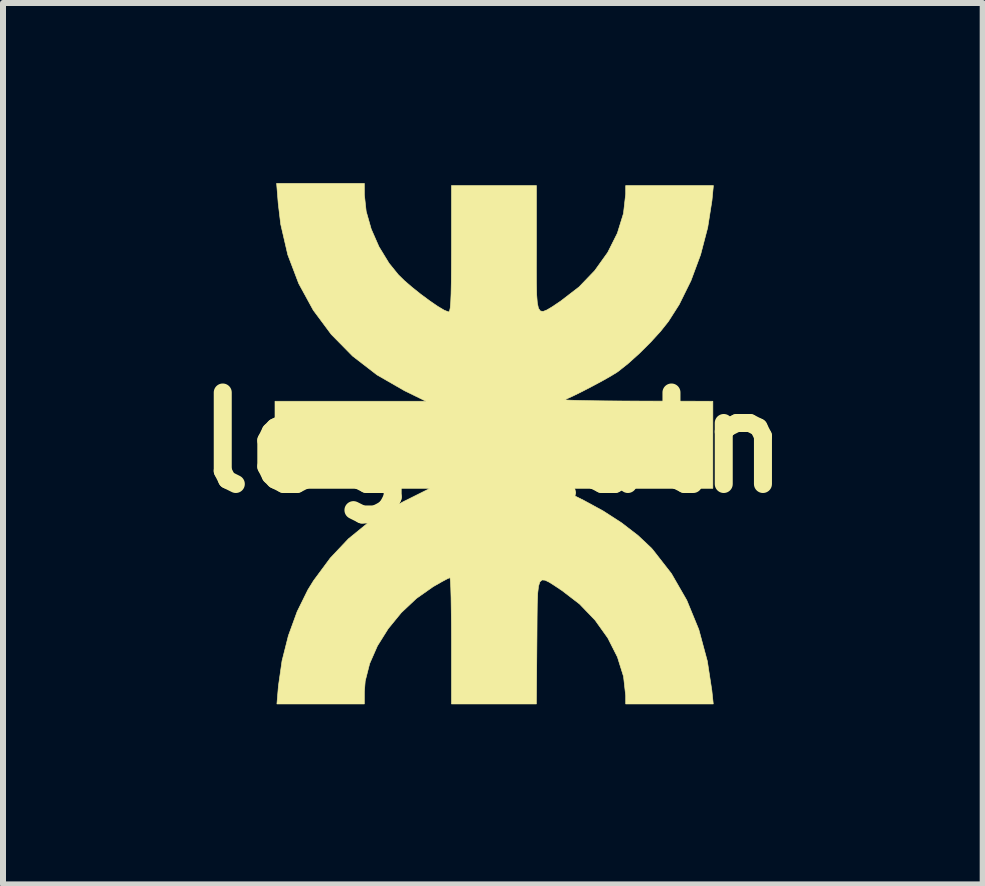
<source format=kicad_pcb>
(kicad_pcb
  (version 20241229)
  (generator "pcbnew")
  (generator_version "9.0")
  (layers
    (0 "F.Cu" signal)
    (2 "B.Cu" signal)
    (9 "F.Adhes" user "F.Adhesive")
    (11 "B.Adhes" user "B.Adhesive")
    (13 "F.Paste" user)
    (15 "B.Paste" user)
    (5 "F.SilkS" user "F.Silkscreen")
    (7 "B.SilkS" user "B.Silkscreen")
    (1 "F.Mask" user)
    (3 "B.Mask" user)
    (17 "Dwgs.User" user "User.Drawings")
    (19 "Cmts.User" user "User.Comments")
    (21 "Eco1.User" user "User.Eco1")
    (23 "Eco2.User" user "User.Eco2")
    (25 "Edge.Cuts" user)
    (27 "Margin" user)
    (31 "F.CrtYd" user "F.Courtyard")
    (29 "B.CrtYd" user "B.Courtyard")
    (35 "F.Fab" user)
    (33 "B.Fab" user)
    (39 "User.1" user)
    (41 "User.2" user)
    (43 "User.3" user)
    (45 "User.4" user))
  (footprint "logo_utn"
    (layer "F.Cu")
    (at 5.16 4.323)
    (property "Reference" "logo_utn" (at 0 0 0) (layer "F.SilkS") (effects (font (size 1.524 1.524) (thickness 0.3))))
    (attr through_hole)
    (fp_poly (pts (xy -2.14 -4.128) (xy -2.11 -3.852) (xy -2.026 -3.557) (xy -1.897 -3.263) (xy -1.73 -2.989) (xy -1.574 -2.796) (xy -1.474 -2.698) (xy -1.344 -2.586) (xy -1.2 -2.471) (xy -1.054 -2.363) (xy -0.92 -2.271) (xy -0.811 -2.206) (xy -0.741 -2.178) (xy -0.735 -2.177) (xy -0.721 -2.193) (xy -0.71 -2.244) (xy -0.702 -2.337) (xy -0.696 -2.478) (xy -0.692 -2.673) (xy -0.69 -2.928) (xy -0.689 -3.229) (xy -0.689 -4.282) (xy 0.726 -4.282) (xy 0.726 -3.229) (xy 0.725 -2.909) (xy 0.726 -2.656) (xy 0.73 -2.463) (xy 0.741 -2.325) (xy 0.76 -2.237) (xy 0.792 -2.192) (xy 0.838 -2.185) (xy 0.901 -2.21) (xy 0.985 -2.26) (xy 1.091 -2.331) (xy 1.132 -2.359) (xy 1.436 -2.593) (xy 1.698 -2.866) (xy 1.913 -3.167) (xy 2.074 -3.488) (xy 2.176 -3.817) (xy 2.213 -4.145) (xy 2.213 -4.146) (xy 2.213 -4.282) (xy 3.674 -4.282) (xy 3.65 -4.032) (xy 3.579 -3.582) (xy 3.461 -3.131) (xy 3.3 -2.697) (xy 3.104 -2.3) (xy 2.925 -2.019) (xy 2.794 -1.854) (xy 2.625 -1.669) (xy 2.438 -1.483) (xy 2.252 -1.316) (xy 2.087 -1.185) (xy 2.065 -1.17) (xy 1.967 -1.11) (xy 1.826 -1.03) (xy 1.662 -0.942) (xy 1.495 -0.855) (xy 1.343 -0.78) (xy 1.227 -0.727) (xy 1.197 -0.715) (xy 1.219 -0.71) (xy 1.306 -0.706) (xy 1.45 -0.702) (xy 1.643 -0.698) (xy 1.877 -0.695) (xy 2.146 -0.693) (xy 2.404 -0.692) (xy 3.665 -0.689) (xy 3.665 0.762) (xy 1.109 0.762) (xy 1.512 0.961) (xy 1.837 1.138) (xy 2.145 1.337) (xy 2.419 1.548) (xy 2.641 1.757) (xy 2.663 1.782) (xy 2.975 2.182) (xy 3.231 2.627) (xy 3.431 3.114) (xy 3.573 3.64) (xy 3.648 4.128) (xy 3.672 4.354) (xy 2.213 4.354) (xy 2.213 4.218) (xy 2.177 3.896) (xy 2.075 3.571) (xy 1.915 3.255) (xy 1.703 2.958) (xy 1.444 2.689) (xy 1.146 2.46) (xy 1.14 2.457) (xy 1.028 2.382) (xy 0.938 2.325) (xy 0.87 2.292) (xy 0.82 2.288) (xy 0.784 2.319) (xy 0.761 2.391) (xy 0.747 2.51) (xy 0.74 2.682) (xy 0.737 2.913) (xy 0.735 3.209) (xy 0.734 3.311) (xy 0.725 4.354) (xy -0.689 4.354) (xy -0.689 3.302) (xy -0.69 3.034) (xy -0.693 2.791) (xy -0.696 2.583) (xy -0.701 2.417) (xy -0.707 2.304) (xy -0.713 2.252) (xy -0.715 2.25) (xy -0.755 2.267) (xy -0.842 2.313) (xy -0.958 2.379) (xy -0.996 2.401) (xy -1.273 2.596) (xy -1.525 2.833) (xy -1.744 3.101) (xy -1.923 3.387) (xy -2.052 3.681) (xy -2.126 3.971) (xy -2.14 4.146) (xy -2.141 4.354) (xy -3.597 4.354) (xy -3.572 4.055) (xy -3.512 3.636) (xy -3.406 3.216) (xy -3.26 2.815) (xy -3.081 2.452) (xy -2.987 2.3) (xy -2.708 1.923) (xy -2.406 1.603) (xy -2.069 1.328) (xy -1.681 1.084) (xy -1.485 0.981) (xy -1.047 0.762) (xy -2.338 0.762) (xy -3.629 0.762) (xy -3.629 -0.689) (xy -1.113 -0.689) (xy -1.473 -0.865) (xy -1.93 -1.128) (xy -2.337 -1.442) (xy -2.692 -1.803) (xy -2.992 -2.207) (xy -3.234 -2.65) (xy -3.416 -3.129) (xy -3.534 -3.638) (xy -3.575 -3.983) (xy -3.602 -4.318) (xy -2.141 -4.318) (xy -2.14 -4.128)) (stroke (width 0.01) (type solid)) (fill yes) (layer "F.SilkS")))
  (gr_rect
    (start -3 -3)
    (end 13.32 11.682)
    (stroke (width 0.1) (type default))
    (fill no)
    (layer "Edge.Cuts")))
</source>
